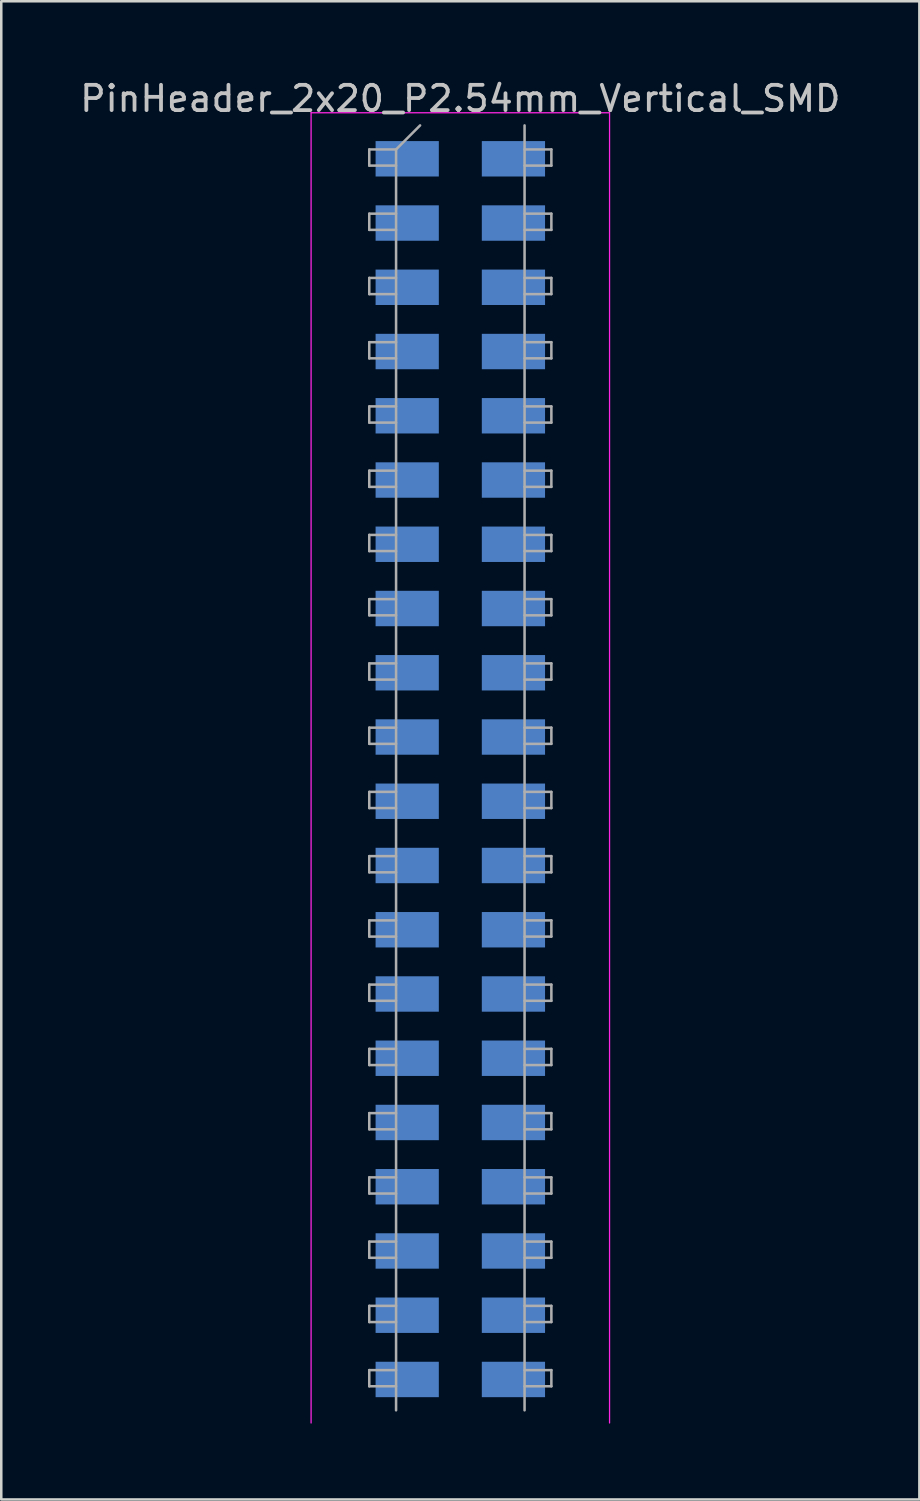
<source format=kicad_pcb>
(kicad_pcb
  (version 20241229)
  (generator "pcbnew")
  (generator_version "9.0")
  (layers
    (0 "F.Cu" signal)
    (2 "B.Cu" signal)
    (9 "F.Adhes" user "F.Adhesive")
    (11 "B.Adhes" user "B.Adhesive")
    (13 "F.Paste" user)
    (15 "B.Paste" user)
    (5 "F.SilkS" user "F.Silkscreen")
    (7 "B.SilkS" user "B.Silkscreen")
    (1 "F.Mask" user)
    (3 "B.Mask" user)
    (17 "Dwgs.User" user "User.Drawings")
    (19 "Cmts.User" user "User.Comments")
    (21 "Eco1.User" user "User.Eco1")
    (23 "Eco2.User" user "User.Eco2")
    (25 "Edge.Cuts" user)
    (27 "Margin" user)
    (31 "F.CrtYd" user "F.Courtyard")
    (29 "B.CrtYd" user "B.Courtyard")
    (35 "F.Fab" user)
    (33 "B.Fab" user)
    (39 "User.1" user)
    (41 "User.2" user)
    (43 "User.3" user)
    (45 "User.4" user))
  (footprint "PinHeader_2x20_P2.54mm_Vertical_SMD"
    (layer "F.Cu")
    (at 15.149 27.308)
    (property "Reference" "PinHeader_2x20_P2.54mm_Vertical_SMD" (at 0 -26.46 0) (layer "Dwgs.User") (effects (font (size 1 1) (thickness 0.15))))
    (attr smd)
    (fp_line (start -5.9 -25.9) (end -5.9 25.9) (stroke (width 0.05) (type solid)) (layer "F.CrtYd"))
    (fp_line (start 5.9 -25.9) (end -5.9 -25.9) (stroke (width 0.05) (type solid)) (layer "F.CrtYd"))
    (fp_line (start 5.9 25.9) (end 5.9 -25.9) (stroke (width 0.05) (type solid)) (layer "F.CrtYd"))
    (fp_line (start -3.6 -24.45) (end -3.6 -23.81) (stroke (width 0.1) (type solid)) (layer "F.Fab"))
    (fp_line (start -3.6 -23.81) (end -2.54 -23.81) (stroke (width 0.1) (type solid)) (layer "F.Fab"))
    (fp_line (start -3.6 -21.91) (end -3.6 -21.27) (stroke (width 0.1) (type solid)) (layer "F.Fab"))
    (fp_line (start -3.6 -21.27) (end -2.54 -21.27) (stroke (width 0.1) (type solid)) (layer "F.Fab"))
    (fp_line (start -3.6 -19.37) (end -3.6 -18.73) (stroke (width 0.1) (type solid)) (layer "F.Fab"))
    (fp_line (start -3.6 -18.73) (end -2.54 -18.73) (stroke (width 0.1) (type solid)) (layer "F.Fab"))
    (fp_line (start -3.6 -16.83) (end -3.6 -16.19) (stroke (width 0.1) (type solid)) (layer "F.Fab"))
    (fp_line (start -3.6 -16.19) (end -2.54 -16.19) (stroke (width 0.1) (type solid)) (layer "F.Fab"))
    (fp_line (start -3.6 -14.29) (end -3.6 -13.65) (stroke (width 0.1) (type solid)) (layer "F.Fab"))
    (fp_line (start -3.6 -13.65) (end -2.54 -13.65) (stroke (width 0.1) (type solid)) (layer "F.Fab"))
    (fp_line (start -3.6 -11.75) (end -3.6 -11.11) (stroke (width 0.1) (type solid)) (layer "F.Fab"))
    (fp_line (start -3.6 -11.11) (end -2.54 -11.11) (stroke (width 0.1) (type solid)) (layer "F.Fab"))
    (fp_line (start -3.6 -9.21) (end -3.6 -8.57) (stroke (width 0.1) (type solid)) (layer "F.Fab"))
    (fp_line (start -3.6 -8.57) (end -2.54 -8.57) (stroke (width 0.1) (type solid)) (layer "F.Fab"))
    (fp_line (start -3.6 -6.67) (end -3.6 -6.03) (stroke (width 0.1) (type solid)) (layer "F.Fab"))
    (fp_line (start -3.6 -6.03) (end -2.54 -6.03) (stroke (width 0.1) (type solid)) (layer "F.Fab"))
    (fp_line (start -3.6 -4.13) (end -3.6 -3.49) (stroke (width 0.1) (type solid)) (layer "F.Fab"))
    (fp_line (start -3.6 -3.49) (end -2.54 -3.49) (stroke (width 0.1) (type solid)) (layer "F.Fab"))
    (fp_line (start -3.6 -1.59) (end -3.6 -0.95) (stroke (width 0.1) (type solid)) (layer "F.Fab"))
    (fp_line (start -3.6 -0.95) (end -2.54 -0.95) (stroke (width 0.1) (type solid)) (layer "F.Fab"))
    (fp_line (start -3.6 0.95) (end -3.6 1.59) (stroke (width 0.1) (type solid)) (layer "F.Fab"))
    (fp_line (start -3.6 1.59) (end -2.54 1.59) (stroke (width 0.1) (type solid)) (layer "F.Fab"))
    (fp_line (start -3.6 3.49) (end -3.6 4.13) (stroke (width 0.1) (type solid)) (layer "F.Fab"))
    (fp_line (start -3.6 4.13) (end -2.54 4.13) (stroke (width 0.1) (type solid)) (layer "F.Fab"))
    (fp_line (start -3.6 6.03) (end -3.6 6.67) (stroke (width 0.1) (type solid)) (layer "F.Fab"))
    (fp_line (start -3.6 6.67) (end -2.54 6.67) (stroke (width 0.1) (type solid)) (layer "F.Fab"))
    (fp_line (start -3.6 8.57) (end -3.6 9.21) (stroke (width 0.1) (type solid)) (layer "F.Fab"))
    (fp_line (start -3.6 9.21) (end -2.54 9.21) (stroke (width 0.1) (type solid)) (layer "F.Fab"))
    (fp_line (start -3.6 11.11) (end -3.6 11.75) (stroke (width 0.1) (type solid)) (layer "F.Fab"))
    (fp_line (start -3.6 11.75) (end -2.54 11.75) (stroke (width 0.1) (type solid)) (layer "F.Fab"))
    (fp_line (start -3.6 13.65) (end -3.6 14.29) (stroke (width 0.1) (type solid)) (layer "F.Fab"))
    (fp_line (start -3.6 14.29) (end -2.54 14.29) (stroke (width 0.1) (type solid)) (layer "F.Fab"))
    (fp_line (start -3.6 16.19) (end -3.6 16.83) (stroke (width 0.1) (type solid)) (layer "F.Fab"))
    (fp_line (start -3.6 16.83) (end -2.54 16.83) (stroke (width 0.1) (type solid)) (layer "F.Fab"))
    (fp_line (start -3.6 18.73) (end -3.6 19.37) (stroke (width 0.1) (type solid)) (layer "F.Fab"))
    (fp_line (start -3.6 19.37) (end -2.54 19.37) (stroke (width 0.1) (type solid)) (layer "F.Fab"))
    (fp_line (start -3.6 21.27) (end -3.6 21.91) (stroke (width 0.1) (type solid)) (layer "F.Fab"))
    (fp_line (start -3.6 21.91) (end -2.54 21.91) (stroke (width 0.1) (type solid)) (layer "F.Fab"))
    (fp_line (start -3.6 23.81) (end -3.6 24.45) (stroke (width 0.1) (type solid)) (layer "F.Fab"))
    (fp_line (start -3.6 24.45) (end -2.54 24.45) (stroke (width 0.1) (type solid)) (layer "F.Fab"))
    (fp_line (start -2.54 -24.45) (end -3.6 -24.45) (stroke (width 0.1) (type solid)) (layer "F.Fab"))
    (fp_line (start -2.54 -24.45) (end -1.59 -25.4) (stroke (width 0.1) (type solid)) (layer "F.Fab"))
    (fp_line (start -2.54 -21.91) (end -3.6 -21.91) (stroke (width 0.1) (type solid)) (layer "F.Fab"))
    (fp_line (start -2.54 -19.37) (end -3.6 -19.37) (stroke (width 0.1) (type solid)) (layer "F.Fab"))
    (fp_line (start -2.54 -16.83) (end -3.6 -16.83) (stroke (width 0.1) (type solid)) (layer "F.Fab"))
    (fp_line (start -2.54 -14.29) (end -3.6 -14.29) (stroke (width 0.1) (type solid)) (layer "F.Fab"))
    (fp_line (start -2.54 -11.75) (end -3.6 -11.75) (stroke (width 0.1) (type solid)) (layer "F.Fab"))
    (fp_line (start -2.54 -9.21) (end -3.6 -9.21) (stroke (width 0.1) (type solid)) (layer "F.Fab"))
    (fp_line (start -2.54 -6.67) (end -3.6 -6.67) (stroke (width 0.1) (type solid)) (layer "F.Fab"))
    (fp_line (start -2.54 -4.13) (end -3.6 -4.13) (stroke (width 0.1) (type solid)) (layer "F.Fab"))
    (fp_line (start -2.54 -1.59) (end -3.6 -1.59) (stroke (width 0.1) (type solid)) (layer "F.Fab"))
    (fp_line (start -2.54 0.95) (end -3.6 0.95) (stroke (width 0.1) (type solid)) (layer "F.Fab"))
    (fp_line (start -2.54 3.49) (end -3.6 3.49) (stroke (width 0.1) (type solid)) (layer "F.Fab"))
    (fp_line (start -2.54 6.03) (end -3.6 6.03) (stroke (width 0.1) (type solid)) (layer "F.Fab"))
    (fp_line (start -2.54 8.57) (end -3.6 8.57) (stroke (width 0.1) (type solid)) (layer "F.Fab"))
    (fp_line (start -2.54 11.11) (end -3.6 11.11) (stroke (width 0.1) (type solid)) (layer "F.Fab"))
    (fp_line (start -2.54 13.65) (end -3.6 13.65) (stroke (width 0.1) (type solid)) (layer "F.Fab"))
    (fp_line (start -2.54 16.19) (end -3.6 16.19) (stroke (width 0.1) (type solid)) (layer "F.Fab"))
    (fp_line (start -2.54 18.73) (end -3.6 18.73) (stroke (width 0.1) (type solid)) (layer "F.Fab"))
    (fp_line (start -2.54 21.27) (end -3.6 21.27) (stroke (width 0.1) (type solid)) (layer "F.Fab"))
    (fp_line (start -2.54 23.81) (end -3.6 23.81) (stroke (width 0.1) (type solid)) (layer "F.Fab"))
    (fp_line (start -2.54 25.4) (end -2.54 -24.45) (stroke (width 0.1) (type solid)) (layer "F.Fab"))
    (fp_line (start 2.54 -25.4) (end 2.54 25.4) (stroke (width 0.1) (type solid)) (layer "F.Fab"))
    (fp_line (start 2.54 -24.45) (end 3.6 -24.45) (stroke (width 0.1) (type solid)) (layer "F.Fab"))
    (fp_line (start 2.54 -21.91) (end 3.6 -21.91) (stroke (width 0.1) (type solid)) (layer "F.Fab"))
    (fp_line (start 2.54 -19.37) (end 3.6 -19.37) (stroke (width 0.1) (type solid)) (layer "F.Fab"))
    (fp_line (start 2.54 -16.83) (end 3.6 -16.83) (stroke (width 0.1) (type solid)) (layer "F.Fab"))
    (fp_line (start 2.54 -14.29) (end 3.6 -14.29) (stroke (width 0.1) (type solid)) (layer "F.Fab"))
    (fp_line (start 2.54 -11.75) (end 3.6 -11.75) (stroke (width 0.1) (type solid)) (layer "F.Fab"))
    (fp_line (start 2.54 -9.21) (end 3.6 -9.21) (stroke (width 0.1) (type solid)) (layer "F.Fab"))
    (fp_line (start 2.54 -6.67) (end 3.6 -6.67) (stroke (width 0.1) (type solid)) (layer "F.Fab"))
    (fp_line (start 2.54 -4.13) (end 3.6 -4.13) (stroke (width 0.1) (type solid)) (layer "F.Fab"))
    (fp_line (start 2.54 -1.59) (end 3.6 -1.59) (stroke (width 0.1) (type solid)) (layer "F.Fab"))
    (fp_line (start 2.54 0.95) (end 3.6 0.95) (stroke (width 0.1) (type solid)) (layer "F.Fab"))
    (fp_line (start 2.54 3.49) (end 3.6 3.49) (stroke (width 0.1) (type solid)) (layer "F.Fab"))
    (fp_line (start 2.54 6.03) (end 3.6 6.03) (stroke (width 0.1) (type solid)) (layer "F.Fab"))
    (fp_line (start 2.54 8.57) (end 3.6 8.57) (stroke (width 0.1) (type solid)) (layer "F.Fab"))
    (fp_line (start 2.54 11.11) (end 3.6 11.11) (stroke (width 0.1) (type solid)) (layer "F.Fab"))
    (fp_line (start 2.54 13.65) (end 3.6 13.65) (stroke (width 0.1) (type solid)) (layer "F.Fab"))
    (fp_line (start 2.54 16.19) (end 3.6 16.19) (stroke (width 0.1) (type solid)) (layer "F.Fab"))
    (fp_line (start 2.54 18.73) (end 3.6 18.73) (stroke (width 0.1) (type solid)) (layer "F.Fab"))
    (fp_line (start 2.54 21.27) (end 3.6 21.27) (stroke (width 0.1) (type solid)) (layer "F.Fab"))
    (fp_line (start 2.54 23.81) (end 3.6 23.81) (stroke (width 0.1) (type solid)) (layer "F.Fab"))
    (fp_line (start 3.6 -24.45) (end 3.6 -23.81) (stroke (width 0.1) (type solid)) (layer "F.Fab"))
    (fp_line (start 3.6 -23.81) (end 2.54 -23.81) (stroke (width 0.1) (type solid)) (layer "F.Fab"))
    (fp_line (start 3.6 -21.91) (end 3.6 -21.27) (stroke (width 0.1) (type solid)) (layer "F.Fab"))
    (fp_line (start 3.6 -21.27) (end 2.54 -21.27) (stroke (width 0.1) (type solid)) (layer "F.Fab"))
    (fp_line (start 3.6 -19.37) (end 3.6 -18.73) (stroke (width 0.1) (type solid)) (layer "F.Fab"))
    (fp_line (start 3.6 -18.73) (end 2.54 -18.73) (stroke (width 0.1) (type solid)) (layer "F.Fab"))
    (fp_line (start 3.6 -16.83) (end 3.6 -16.19) (stroke (width 0.1) (type solid)) (layer "F.Fab"))
    (fp_line (start 3.6 -16.19) (end 2.54 -16.19) (stroke (width 0.1) (type solid)) (layer "F.Fab"))
    (fp_line (start 3.6 -14.29) (end 3.6 -13.65) (stroke (width 0.1) (type solid)) (layer "F.Fab"))
    (fp_line (start 3.6 -13.65) (end 2.54 -13.65) (stroke (width 0.1) (type solid)) (layer "F.Fab"))
    (fp_line (start 3.6 -11.75) (end 3.6 -11.11) (stroke (width 0.1) (type solid)) (layer "F.Fab"))
    (fp_line (start 3.6 -11.11) (end 2.54 -11.11) (stroke (width 0.1) (type solid)) (layer "F.Fab"))
    (fp_line (start 3.6 -9.21) (end 3.6 -8.57) (stroke (width 0.1) (type solid)) (layer "F.Fab"))
    (fp_line (start 3.6 -8.57) (end 2.54 -8.57) (stroke (width 0.1) (type solid)) (layer "F.Fab"))
    (fp_line (start 3.6 -6.67) (end 3.6 -6.03) (stroke (width 0.1) (type solid)) (layer "F.Fab"))
    (fp_line (start 3.6 -6.03) (end 2.54 -6.03) (stroke (width 0.1) (type solid)) (layer "F.Fab"))
    (fp_line (start 3.6 -4.13) (end 3.6 -3.49) (stroke (width 0.1) (type solid)) (layer "F.Fab"))
    (fp_line (start 3.6 -3.49) (end 2.54 -3.49) (stroke (width 0.1) (type solid)) (layer "F.Fab"))
    (fp_line (start 3.6 -1.59) (end 3.6 -0.95) (stroke (width 0.1) (type solid)) (layer "F.Fab"))
    (fp_line (start 3.6 -0.95) (end 2.54 -0.95) (stroke (width 0.1) (type solid)) (layer "F.Fab"))
    (fp_line (start 3.6 0.95) (end 3.6 1.59) (stroke (width 0.1) (type solid)) (layer "F.Fab"))
    (fp_line (start 3.6 1.59) (end 2.54 1.59) (stroke (width 0.1) (type solid)) (layer "F.Fab"))
    (fp_line (start 3.6 3.49) (end 3.6 4.13) (stroke (width 0.1) (type solid)) (layer "F.Fab"))
    (fp_line (start 3.6 4.13) (end 2.54 4.13) (stroke (width 0.1) (type solid)) (layer "F.Fab"))
    (fp_line (start 3.6 6.03) (end 3.6 6.67) (stroke (width 0.1) (type solid)) (layer "F.Fab"))
    (fp_line (start 3.6 6.67) (end 2.54 6.67) (stroke (width 0.1) (type solid)) (layer "F.Fab"))
    (fp_line (start 3.6 8.57) (end 3.6 9.21) (stroke (width 0.1) (type solid)) (layer "F.Fab"))
    (fp_line (start 3.6 9.21) (end 2.54 9.21) (stroke (width 0.1) (type solid)) (layer "F.Fab"))
    (fp_line (start 3.6 11.11) (end 3.6 11.75) (stroke (width 0.1) (type solid)) (layer "F.Fab"))
    (fp_line (start 3.6 11.75) (end 2.54 11.75) (stroke (width 0.1) (type solid)) (layer "F.Fab"))
    (fp_line (start 3.6 13.65) (end 3.6 14.29) (stroke (width 0.1) (type solid)) (layer "F.Fab"))
    (fp_line (start 3.6 14.29) (end 2.54 14.29) (stroke (width 0.1) (type solid)) (layer "F.Fab"))
    (fp_line (start 3.6 16.19) (end 3.6 16.83) (stroke (width 0.1) (type solid)) (layer "F.Fab"))
    (fp_line (start 3.6 16.83) (end 2.54 16.83) (stroke (width 0.1) (type solid)) (layer "F.Fab"))
    (fp_line (start 3.6 18.73) (end 3.6 19.37) (stroke (width 0.1) (type solid)) (layer "F.Fab"))
    (fp_line (start 3.6 19.37) (end 2.54 19.37) (stroke (width 0.1) (type solid)) (layer "F.Fab"))
    (fp_line (start 3.6 21.27) (end 3.6 21.91) (stroke (width 0.1) (type solid)) (layer "F.Fab"))
    (fp_line (start 3.6 21.91) (end 2.54 21.91) (stroke (width 0.1) (type solid)) (layer "F.Fab"))
    (fp_line (start 3.6 23.81) (end 3.6 24.45) (stroke (width 0.1) (type solid)) (layer "F.Fab"))
    (fp_line (start 3.6 24.45) (end 2.54 24.45) (stroke (width 0.1) (type solid)) (layer "F.Fab"))
    (pad "1" smd rect (at -2.1 -24.08) (size 2.5 1.4) (layers "B.Cu" "B.Mask" "B.Paste"))
    (pad "2" smd rect (at 2.1 -24.08) (size 2.5 1.4) (layers "B.Cu" "B.Mask" "B.Paste"))
    (pad "3" smd rect (at -2.1 -21.54) (size 2.5 1.4) (layers "B.Cu" "B.Mask" "B.Paste"))
    (pad "4" smd rect (at 2.1 -21.54) (size 2.5 1.4) (layers "B.Cu" "B.Mask" "B.Paste"))
    (pad "5" smd rect (at -2.1 -19) (size 2.5 1.4) (layers "B.Cu" "B.Mask" "B.Paste"))
    (pad "6" smd rect (at 2.1 -19) (size 2.5 1.4) (layers "B.Cu" "B.Mask" "B.Paste"))
    (pad "7" smd rect (at -2.1 -16.46) (size 2.5 1.4) (layers "B.Cu" "B.Mask" "B.Paste"))
    (pad "8" smd rect (at 2.1 -16.46) (size 2.5 1.4) (layers "B.Cu" "B.Mask" "B.Paste"))
    (pad "9" smd rect (at -2.1 -13.92) (size 2.5 1.4) (layers "B.Cu" "B.Mask" "B.Paste"))
    (pad "10" smd rect (at 2.1 -13.92) (size 2.5 1.4) (layers "B.Cu" "B.Mask" "B.Paste"))
    (pad "11" smd rect (at -2.1 -11.38) (size 2.5 1.4) (layers "B.Cu" "B.Mask" "B.Paste"))
    (pad "12" smd rect (at 2.1 -11.38) (size 2.5 1.4) (layers "B.Cu" "B.Mask" "B.Paste"))
    (pad "13" smd rect (at -2.1 -8.84) (size 2.5 1.4) (layers "B.Cu" "B.Mask" "B.Paste"))
    (pad "14" smd rect (at 2.1 -8.84) (size 2.5 1.4) (layers "B.Cu" "B.Mask" "B.Paste"))
    (pad "15" smd rect (at -2.1 -6.3) (size 2.5 1.4) (layers "B.Cu" "B.Mask" "B.Paste"))
    (pad "16" smd rect (at 2.1 -6.3) (size 2.5 1.4) (layers "B.Cu" "B.Mask" "B.Paste"))
    (pad "17" smd rect (at -2.1 -3.76) (size 2.5 1.4) (layers "B.Cu" "B.Mask" "B.Paste"))
    (pad "18" smd rect (at 2.1 -3.76) (size 2.5 1.4) (layers "B.Cu" "B.Mask" "B.Paste"))
    (pad "19" smd rect (at -2.1 -1.22) (size 2.5 1.4) (layers "B.Cu" "B.Mask" "B.Paste"))
    (pad "20" smd rect (at 2.1 -1.22) (size 2.5 1.4) (layers "B.Cu" "B.Mask" "B.Paste"))
    (pad "21" smd rect (at -2.1 1.32) (size 2.5 1.4) (layers "B.Cu" "B.Mask" "B.Paste"))
    (pad "22" smd rect (at 2.1 1.32) (size 2.5 1.4) (layers "B.Cu" "B.Mask" "B.Paste"))
    (pad "23" smd rect (at -2.1 3.86) (size 2.5 1.4) (layers "B.Cu" "B.Mask" "B.Paste"))
    (pad "24" smd rect (at 2.1 3.86) (size 2.5 1.4) (layers "B.Cu" "B.Mask" "B.Paste"))
    (pad "25" smd rect (at -2.1 6.4) (size 2.5 1.4) (layers "B.Cu" "B.Mask" "B.Paste"))
    (pad "26" smd rect (at 2.1 6.4) (size 2.5 1.4) (layers "B.Cu" "B.Mask" "B.Paste"))
    (pad "27" smd rect (at -2.1 8.94) (size 2.5 1.4) (layers "B.Cu" "B.Mask" "B.Paste"))
    (pad "28" smd rect (at 2.1 8.94) (size 2.5 1.4) (layers "B.Cu" "B.Mask" "B.Paste"))
    (pad "29" smd rect (at -2.1 11.48) (size 2.5 1.4) (layers "B.Cu" "B.Mask" "B.Paste"))
    (pad "30" smd rect (at 2.1 11.48) (size 2.5 1.4) (layers "B.Cu" "B.Mask" "B.Paste"))
    (pad "31" smd rect (at -2.1 14.02) (size 2.5 1.4) (layers "B.Cu" "B.Mask" "B.Paste"))
    (pad "32" smd rect (at 2.1 14.02) (size 2.5 1.4) (layers "B.Cu" "B.Mask" "B.Paste"))
    (pad "33" smd rect (at -2.1 16.56) (size 2.5 1.4) (layers "B.Cu" "B.Mask" "B.Paste"))
    (pad "34" smd rect (at 2.1 16.56) (size 2.5 1.4) (layers "B.Cu" "B.Mask" "B.Paste"))
    (pad "35" smd rect (at -2.1 19.1) (size 2.5 1.4) (layers "B.Cu" "B.Mask" "B.Paste"))
    (pad "36" smd rect (at 2.1 19.1) (size 2.5 1.4) (layers "B.Cu" "B.Mask" "B.Paste"))
    (pad "37" smd rect (at -2.1 21.64) (size 2.5 1.4) (layers "B.Cu" "B.Mask" "B.Paste"))
    (pad "38" smd rect (at 2.1 21.64) (size 2.5 1.4) (layers "B.Cu" "B.Mask" "B.Paste"))
    (pad "39" smd rect (at -2.1 24.18) (size 2.5 1.4) (layers "B.Cu" "B.Mask" "B.Paste"))
    (pad "40" smd rect (at 2.1 24.18) (size 2.5 1.4) (layers "B.Cu" "B.Mask" "B.Paste")))
  (gr_rect
    (start -3 -3)
    (end 33.298 56.233)
    (stroke (width 0.1) (type default))
    (fill no)
    (layer "Edge.Cuts")))
</source>
